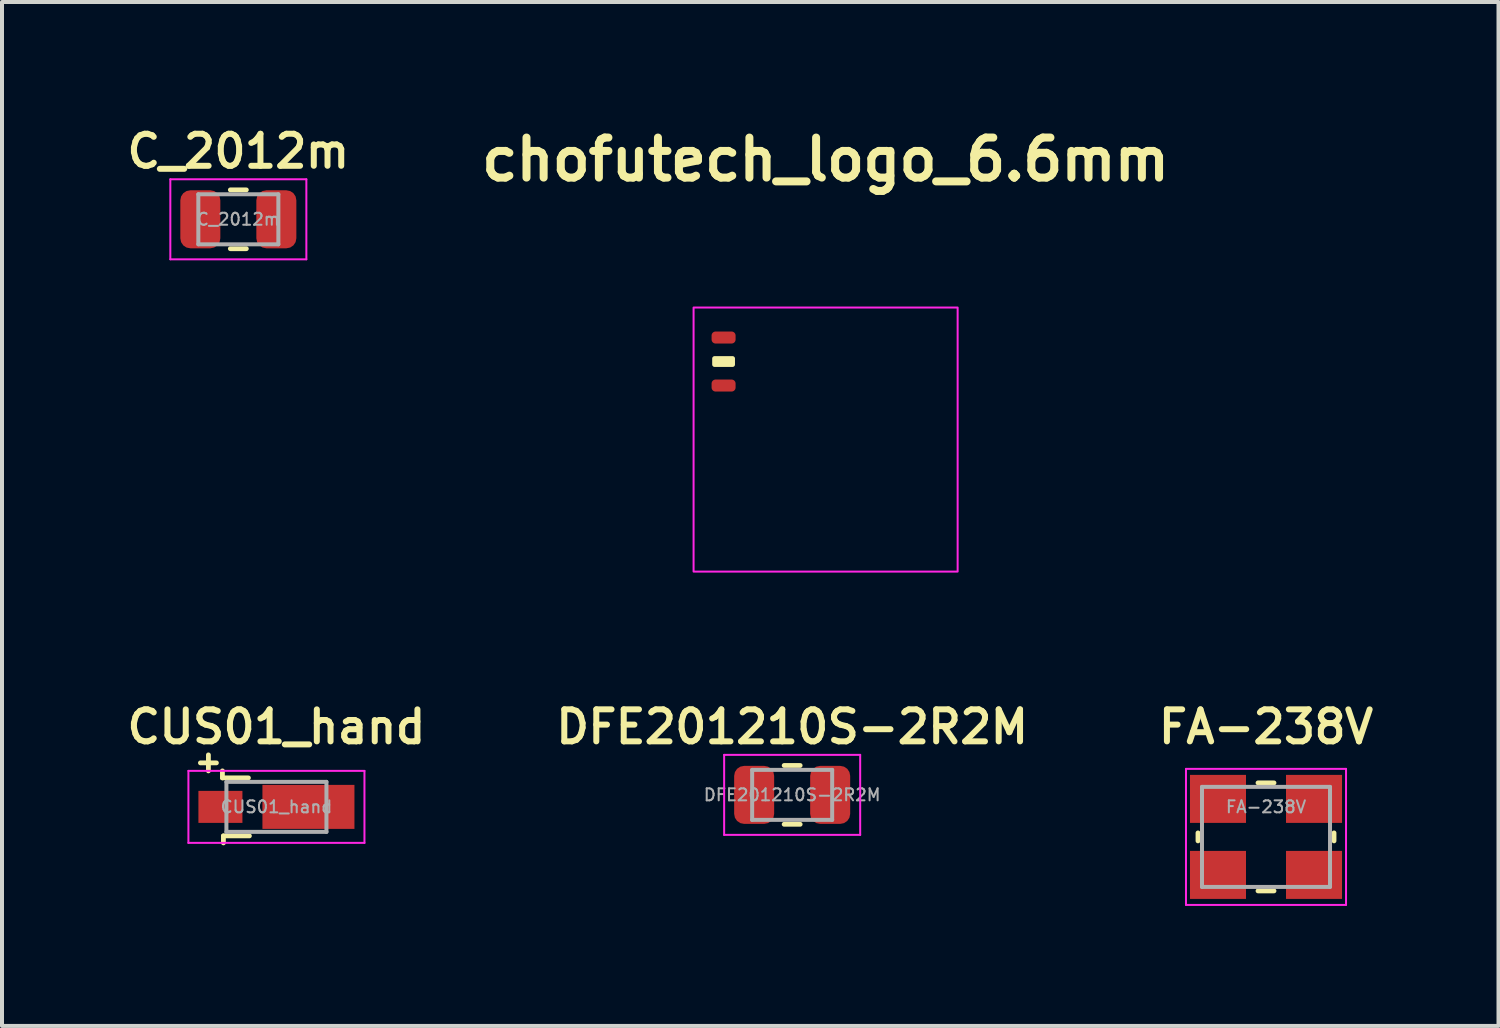
<source format=kicad_pcb>
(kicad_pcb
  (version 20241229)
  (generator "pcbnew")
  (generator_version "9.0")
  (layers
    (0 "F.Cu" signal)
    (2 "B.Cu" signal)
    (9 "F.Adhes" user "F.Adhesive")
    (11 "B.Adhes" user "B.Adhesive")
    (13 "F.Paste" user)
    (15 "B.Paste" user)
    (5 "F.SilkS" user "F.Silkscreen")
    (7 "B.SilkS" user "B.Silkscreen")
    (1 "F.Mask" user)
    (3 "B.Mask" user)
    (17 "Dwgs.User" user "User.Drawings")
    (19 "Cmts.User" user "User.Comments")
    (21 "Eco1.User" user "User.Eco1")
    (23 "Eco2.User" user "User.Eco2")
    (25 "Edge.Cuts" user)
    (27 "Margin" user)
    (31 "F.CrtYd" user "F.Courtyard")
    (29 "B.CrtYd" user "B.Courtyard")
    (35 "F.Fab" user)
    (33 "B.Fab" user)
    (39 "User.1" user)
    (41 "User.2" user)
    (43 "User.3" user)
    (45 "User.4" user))
  (footprint "FA-238V"
    (layer "F.Cu")
    (at 28.592 17.867)
    (property "Reference" "FA-238V" (at 0 -2.75 0) (layer "F.SilkS") (effects (font (size 0.8 0.8) (thickness 0.15))))
    (attr smd)
    (fp_line (start -1.7 0.1) (end -1.7 -0.1) (stroke (width 0.12) (type solid)) (layer "F.SilkS"))
    (fp_line (start -0.2 -1.35) (end 0.2 -1.35) (stroke (width 0.12) (type solid)) (layer "F.SilkS"))
    (fp_line (start -0.2 1.35) (end 0.2 1.35) (stroke (width 0.12) (type solid)) (layer "F.SilkS"))
    (fp_line (start 1.7 0.1) (end 1.7 -0.1) (stroke (width 0.12) (type solid)) (layer "F.SilkS"))
    (fp_line (start -2 -1.7) (end 2 -1.7) (stroke (width 0.05) (type solid)) (layer "F.CrtYd"))
    (fp_line (start -2 1.7) (end -2 -1.7) (stroke (width 0.05) (type solid)) (layer "F.CrtYd"))
    (fp_line (start 2 -1.7) (end 2 1.7) (stroke (width 0.05) (type solid)) (layer "F.CrtYd"))
    (fp_line (start 2 1.7) (end -2 1.7) (stroke (width 0.05) (type solid)) (layer "F.CrtYd"))
    (fp_line (start -1.6 -1.25) (end -1.6 1.25) (stroke (width 0.1) (type solid)) (layer "F.Fab"))
    (fp_line (start -1.6 -1.25) (end 1.6 -1.25) (stroke (width 0.1) (type solid)) (layer "F.Fab"))
    (fp_line (start -1.6 1.25) (end 1.6 1.25) (stroke (width 0.1) (type solid)) (layer "F.Fab"))
    (fp_line (start 1.6 -1.25) (end 1.6 1.25) (stroke (width 0.1) (type solid)) (layer "F.Fab"))
    (fp_text user "${REFERENCE}" (at 0 -0.75 0) (layer "F.Fab") (effects (font (size 0.3 0.3) (thickness 0.05))))
    (pad "1" smd rect (at -1.2 0.95) (size 1.4 1.2) (layers "F.Cu" "F.Mask" "F.Paste"))
    (pad "2" smd rect (at 1.2 0.95) (size 1.4 1.2) (layers "F.Cu" "F.Mask" "F.Paste"))
    (pad "3" smd rect (at 1.2 -0.95) (size 1.4 1.2) (layers "F.Cu" "F.Mask" "F.Paste"))
    (pad "4" smd rect (at -1.2 -0.95) (size 1.4 1.2) (layers "F.Cu" "F.Mask" "F.Paste")))
  (footprint "C_2012m"
    (layer "F.Cu")
    (at 2.907 2.431)
    (property "Reference" "C_2012m" (at 0 -1.7 0) (layer "F.SilkS") (effects (font (size 0.8 0.8) (thickness 0.15))))
    (attr smd)
    (fp_line (start -0.2 -0.735) (end 0.2 -0.735) (stroke (width 0.12) (type solid)) (layer "F.SilkS"))
    (fp_line (start -0.2 0.735) (end 0.2 0.735) (stroke (width 0.12) (type solid)) (layer "F.SilkS"))
    (fp_line (start -1.7 -1) (end 1.7 -1) (stroke (width 0.05) (type solid)) (layer "F.CrtYd"))
    (fp_line (start -1.7 1) (end -1.7 -1) (stroke (width 0.05) (type solid)) (layer "F.CrtYd"))
    (fp_line (start 1.7 -1) (end 1.7 1) (stroke (width 0.05) (type solid)) (layer "F.CrtYd"))
    (fp_line (start 1.7 1) (end -1.7 1) (stroke (width 0.05) (type solid)) (layer "F.CrtYd"))
    (fp_line (start -1 -0.625) (end 1 -0.625) (stroke (width 0.1) (type solid)) (layer "F.Fab"))
    (fp_line (start -1 0.625) (end -1 -0.625) (stroke (width 0.1) (type solid)) (layer "F.Fab"))
    (fp_line (start 1 -0.625) (end 1 0.625) (stroke (width 0.1) (type solid)) (layer "F.Fab"))
    (fp_line (start 1 0.625) (end -1 0.625) (stroke (width 0.1) (type solid)) (layer "F.Fab"))
    (fp_text user "${REFERENCE}" (at 0 0 0) (layer "F.Fab") (effects (font (size 0.3 0.3) (thickness 0.05))))
    (pad "1" smd roundrect (at -0.95 0) (size 1 1.45) (layers "F.Cu" "F.Mask" "F.Paste") (roundrect_rratio 0.25))
    (pad "2" smd roundrect (at 0.95 0) (size 1 1.45) (layers "F.Cu" "F.Mask" "F.Paste") (roundrect_rratio 0.25)))
  (footprint "DFE201210S-2R2M"
    (layer "F.Cu")
    (at 16.749 16.817)
    (property "Reference" "DFE201210S-2R2M" (at 0 -1.7 0) (layer "F.SilkS") (effects (font (size 0.8 0.8) (thickness 0.15))))
    (attr smd)
    (fp_line (start -0.2 -0.735) (end 0.2 -0.735) (stroke (width 0.12) (type solid)) (layer "F.SilkS"))
    (fp_line (start -0.2 0.735) (end 0.2 0.735) (stroke (width 0.12) (type solid)) (layer "F.SilkS"))
    (fp_line (start -1.7 -1) (end 1.7 -1) (stroke (width 0.05) (type solid)) (layer "F.CrtYd"))
    (fp_line (start -1.7 1) (end -1.7 -1) (stroke (width 0.05) (type solid)) (layer "F.CrtYd"))
    (fp_line (start 1.7 -1) (end 1.7 1) (stroke (width 0.05) (type solid)) (layer "F.CrtYd"))
    (fp_line (start 1.7 1) (end -1.7 1) (stroke (width 0.05) (type solid)) (layer "F.CrtYd"))
    (fp_line (start -1 -0.625) (end 1 -0.625) (stroke (width 0.1) (type solid)) (layer "F.Fab"))
    (fp_line (start -1 0.625) (end -1 -0.625) (stroke (width 0.1) (type solid)) (layer "F.Fab"))
    (fp_line (start 1 -0.625) (end 1 0.625) (stroke (width 0.1) (type solid)) (layer "F.Fab"))
    (fp_line (start 1 0.625) (end -1 0.625) (stroke (width 0.1) (type solid)) (layer "F.Fab"))
    (fp_text user "${REFERENCE}" (at 0 0 0) (layer "F.Fab") (effects (font (size 0.3 0.3) (thickness 0.05))))
    (pad "1" smd roundrect (at -0.95 0) (size 1 1.45) (layers "F.Cu" "F.Mask" "F.Paste") (roundrect_rratio 0.25))
    (pad "2" smd roundrect (at 0.95 0) (size 1 1.45) (layers "F.Cu" "F.Mask" "F.Paste") (roundrect_rratio 0.25)))
  (footprint "CUS01_hand"
    (layer "F.Cu")
    (at 3.859 17.117)
    (property "Reference" "CUS01_hand" (at 0 -2 0) (layer "F.SilkS") (effects (font (size 0.8 0.8) (thickness 0.15))))
    (attr smd)
    (fp_line (start -1.9 -1.1) (end -1.5 -1.1) (stroke (width 0.12) (type solid)) (layer "F.SilkS"))
    (fp_line (start -1.7 -1.3) (end -1.7 -0.9) (stroke (width 0.12) (type solid)) (layer "F.SilkS"))
    (fp_line (start -1.35 -0.725) (end -1.35 -0.9) (stroke (width 0.12) (type solid)) (layer "F.SilkS"))
    (fp_line (start -1.325 0.9) (end -1.325 0.725) (stroke (width 0.12) (type solid)) (layer "F.SilkS"))
    (fp_line (start -0.7 -0.725) (end -1.35 -0.725) (stroke (width 0.12) (type solid)) (layer "F.SilkS"))
    (fp_line (start -0.675 0.725) (end -1.325 0.725) (stroke (width 0.12) (type solid)) (layer "F.SilkS"))
    (fp_line (start -2.2 -0.9) (end 2.2 -0.9) (stroke (width 0.05) (type solid)) (layer "F.CrtYd"))
    (fp_line (start -2.2 0.9) (end -2.2 -0.9) (stroke (width 0.05) (type solid)) (layer "F.CrtYd"))
    (fp_line (start 2.2 -0.9) (end 2.2 0.9) (stroke (width 0.05) (type solid)) (layer "F.CrtYd"))
    (fp_line (start 2.2 0.9) (end -2.2 0.9) (stroke (width 0.05) (type solid)) (layer "F.CrtYd"))
    (fp_line (start -1.25 -0.625) (end -1.25 0.625) (stroke (width 0.1) (type solid)) (layer "F.Fab"))
    (fp_line (start -1.25 0.625) (end 1.25 0.625) (stroke (width 0.1) (type solid)) (layer "F.Fab"))
    (fp_line (start 1.25 -0.625) (end -1.25 -0.625) (stroke (width 0.1) (type solid)) (layer "F.Fab"))
    (fp_line (start 1.25 0.625) (end 1.25 -0.625) (stroke (width 0.1) (type solid)) (layer "F.Fab"))
    (fp_text user "${REFERENCE}" (at 0 0 0) (layer "F.Fab") (effects (font (size 0.3 0.3) (thickness 0.05))))
    (pad "1" smd rect (at -1.4 0) (size 1.1 0.8) (layers "F.Cu" "F.Mask" "F.Paste"))
    (pad "2" smd rect (at 0.8 0) (size 2.3 1.1) (layers "F.Cu" "F.Mask" "F.Paste")))
  (footprint "chofutech_logo_6.6mm"
    (layer "F.Cu")
    (at 17.585 7.936)
    (property "Reference" "chofutech_logo_6.6mm" (at 0 -7 0) (layer "F.SilkS") (effects (font (size 1 1) (thickness 0.2))))
    (attr board_only exclude_from_pos_files exclude_from_bom)
    (fp_poly (pts (xy -2.35 -2.5) (xy -2.75 -2.5) (xy -2.75 -2.6) (xy -2.35 -2.6)) (stroke (width 0.2) (type solid)) (fill yes) (layer "F.Cu"))
    (fp_poly (pts (xy -2.35 -1.3) (xy -2.75 -1.3) (xy -2.75 -1.4) (xy -2.35 -1.4)) (stroke (width 0.2) (type solid)) (fill yes) (layer "F.Cu"))
    (fp_poly (pts (xy -2.25 -0.3) (xy -2.55 -0.3) (xy -2.55 -0.6) (xy -2.25 -0.6)) (stroke (width 0.01) (type solid)) (fill yes) (layer "F.Mask"))
    (fp_poly (pts (xy -1.65 0) (xy -1.95 0) (xy -1.95 -0.9) (xy -1.65 -0.9)) (stroke (width 0.01) (type solid)) (fill yes) (layer "F.Mask"))
    (fp_poly (pts (xy -1.35 -2.1) (xy -1.65 -2.1) (xy -1.65 -2.4) (xy -1.35 -2.4)) (stroke (width 0.01) (type solid)) (fill yes) (layer "F.Mask"))
    (fp_poly (pts (xy -1.35 -1.5) (xy -1.65 -1.5) (xy -1.65 -1.8) (xy -1.35 -1.8)) (stroke (width 0.01) (type solid)) (fill yes) (layer "F.Mask"))
    (fp_poly (pts (xy -1.05 -0.3) (xy -1.35 -0.3) (xy -1.35 -0.6) (xy -1.05 -0.6)) (stroke (width 0.01) (type solid)) (fill yes) (layer "F.Mask"))
    (fp_poly (pts (xy -0.75 3) (xy -1.35 3) (xy -1.35 2.7) (xy -0.75 2.7)) (stroke (width 0.01) (type solid)) (fill yes) (layer "F.Mask"))
    (fp_poly (pts (xy -0.45 -2.1) (xy -1.05 -2.1) (xy -1.05 -2.4) (xy -0.45 -2.4)) (stroke (width 0.01) (type solid)) (fill yes) (layer "F.Mask"))
    (fp_poly (pts (xy -0.45 -1.5) (xy -1.05 -1.5) (xy -1.05 -1.8) (xy -0.45 -1.8)) (stroke (width 0.01) (type solid)) (fill yes) (layer "F.Mask"))
    (fp_poly (pts (xy 0.75 2.7) (xy 0.45 2.7) (xy 0.45 1.8) (xy 0.75 1.8)) (stroke (width 0.01) (type solid)) (fill yes) (layer "F.Mask"))
    (fp_poly (pts (xy 1.35 2.7) (xy 1.05 2.7) (xy 1.05 1.8) (xy 1.35 1.8)) (stroke (width 0.01) (type solid)) (fill yes) (layer "F.Mask"))
    (fp_poly (pts (xy 2.25 1.5) (xy 1.65 1.5) (xy 1.65 0.6) (xy 2.25 0.6)) (stroke (width 0.01) (type solid)) (fill yes) (layer "F.Mask"))
    (fp_poly (pts (xy -0.45 2.1) (xy -0.75 2.1) (xy -0.75 2.4) (xy -1.35 2.4) (xy -1.35 1.8) (xy -0.45 1.8)) (stroke (width 0.01) (type solid)) (fill yes) (layer "F.Mask"))
    (fp_poly (pts (xy 1.35 1.5) (xy 0.45 1.5) (xy 0.45 1.2) (xy 0.75 1.2) (xy 0.75 0.6) (xy 1.35 0.6)) (stroke (width 0.01) (type solid)) (fill yes) (layer "F.Mask"))
    (fp_poly (pts (xy -1.95 -1.5) (xy -2.85 -1.5) (xy -2.85 -1.8) (xy -2.25 -1.8) (xy -2.25 -2.1) (xy -3.3 -2.1) (xy -3.3 -3.3) (xy -1.95 -3.3)) (stroke (width 0.01) (type solid)) (fill yes) (layer "F.Mask"))
    (fp_poly (pts (xy -1.05 1.5) (xy -1.95 1.5) (xy -1.95 1.8) (xy -2.25 1.8) (xy -2.25 1.2) (xy -1.95 1.2) (xy -1.95 0.9) (xy -1.05 0.9)) (stroke (width 0.01) (type solid)) (fill yes) (layer "F.Mask"))
    (fp_poly (pts (xy 1.65 0.3) (xy 0.15 0.3) (xy 0.15 0.6) (xy 0.45 0.6) (xy 0.45 1.2) (xy 0.15 1.2) (xy 0.15 1.8) (xy -0.15 1.8) (xy -0.15 1.5) (xy -0.75 1.5) (xy -0.75 0.9) (xy -0.15 0.9) (xy -0.15 0.6) (xy -0.75 0.6) (xy -0.75 -0.9) (xy -1.65 -0.9) (xy -1.65 -1.2) (xy -0.45 -1.2) (xy -0.45 0) (xy -0.15 0) (xy -0.15 -0.6) (xy 0.15 -0.6) (xy 0.15 -0.9) (xy 0.45 -0.9) (xy 0.45 -1.2) (xy 0.75 -1.2) (xy 0.75 -0.3) (xy 1.05 -0.3) (xy 1.05 -1.5) (xy 1.65 -1.5)) (stroke (width 0.01) (type solid)) (fill yes) (layer "F.Mask"))
    (fp_poly (pts (xy 3.3 3.3) (xy -3.3 3.3) (xy -3.3 -2.1) (xy -2.85 -2.1) (xy -2.85 -1.2) (xy -2.25 -1.2) (xy -2.25 -1.5) (xy -1.95 -1.5) (xy -1.95 -0.9) (xy -2.85 -0.9) (xy -2.85 0) (xy -1.05 0) (xy -1.05 0.6) (xy -1.95 0.6) (xy -1.95 0.9) (xy -2.25 0.9) (xy -2.25 0.3) (xy -2.55 0.3) (xy -2.55 0.9) (xy -2.85 0.9) (xy -2.85 1.2) (xy -2.55 1.2) (xy -2.55 2.1) (xy -2.85 2.1) (xy -2.85 2.4) (xy -2.55 2.4) (xy -2.55 2.7) (xy -2.85 2.7) (xy -2.85 3) (xy -2.25 3) (xy -2.25 2.1) (xy -1.95 2.1) (xy -1.95 1.8) (xy -1.65 1.8) (xy -1.65 2.4) (xy -1.35 2.4) (xy -1.35 2.7) (xy -1.95 2.7) (xy -1.95 3) (xy -0.15 3) (xy -0.15 2.7) (xy -0.75 2.7) (xy -0.75 2.4) (xy -0.45 2.4) (xy -0.45 2.1) (xy 0.15 2.1) (xy 0.15 3) (xy 1.35 3) (xy 1.35 2.7) (xy 1.65 2.7) (xy 1.65 1.8) (xy 2.25 1.8) (xy 2.25 3) (xy 2.55 3) (xy 2.55 1.8) (xy 2.85 1.8) (xy 2.85 1.5) (xy 2.55 1.5) (xy 2.55 0.6) (xy 2.85 0.6) (xy 2.85 0.3) (xy 1.95 0.3) (xy 1.95 -1.5) (xy 2.55 -1.5) (xy 2.55 -0.6) (xy 2.25 -0.6) (xy 2.25 -0.3) (xy 2.85 -0.3) (xy 2.85 -1.8) (xy 1.35 -1.8) (xy 1.35 -2.1) (xy 2.85 -2.1) (xy 2.85 -2.4) (xy 1.65 -2.4) (xy 1.65 -3) (xy 1.35 -3) (xy 1.35 -2.4) (xy 0.15 -2.4) (xy 0.15 -2.1) (xy 1.05 -2.1) (xy 1.05 -1.8) (xy 0.75 -1.8) (xy 0.75 -1.5) (xy 0.45 -1.5) (xy 0.45 -1.2) (xy 0.15 -1.2) (xy 0.15 -0.9) (xy -0.15 -0.9) (xy -0.15 -2.7) (xy -1.95 -2.7) (xy -1.95 -3.3) (xy 3.3 -3.3)) (stroke (width 0.01) (type solid)) (fill yes) (layer "F.Mask"))
    (fp_poly (pts (xy -2.325 -1.875) (xy -2.775 -1.875) (xy -2.775 -2.025) (xy -2.325 -2.025)) (stroke (width 0.12) (type solid)) (fill yes) (layer "F.SilkS"))
    (fp_poly (pts (xy 3.3 3.3) (xy -3.3 3.3) (xy -3.3 -3.3) (xy 3.3 -3.3)) (stroke (width 0.05) (type solid)) (fill no) (layer "F.CrtYd"))
    (zone (net_name "") (layer "F.Cu") (hatch edge 0.508) (connect_pads) (min_thickness 0.254) (filled_areas_thickness no) (keepout (tracks allowed) (vias allowed) (pads allowed) (copperpour not_allowed) (footprints allowed)) (placement (enabled no)) (fill) (polygon (pts (xy 21.035 4.486) (xy 21.035 11.386) (xy 14.135 11.386) (xy 14.135 4.486))) (polygon (pts (xy 15.335 6.436) (xy 14.735 6.436) (xy 14.735 6.736) (xy 15.335 6.736))) (polygon (pts (xy 15.335 5.236) (xy 14.735 5.236) (xy 14.735 5.536) (xy 15.335 5.536)))))
  (gr_rect
    (start -3 -3)
    (end 34.403 22.592)
    (stroke (width 0.1) (type default))
    (fill no)
    (layer "Edge.Cuts")))
</source>
